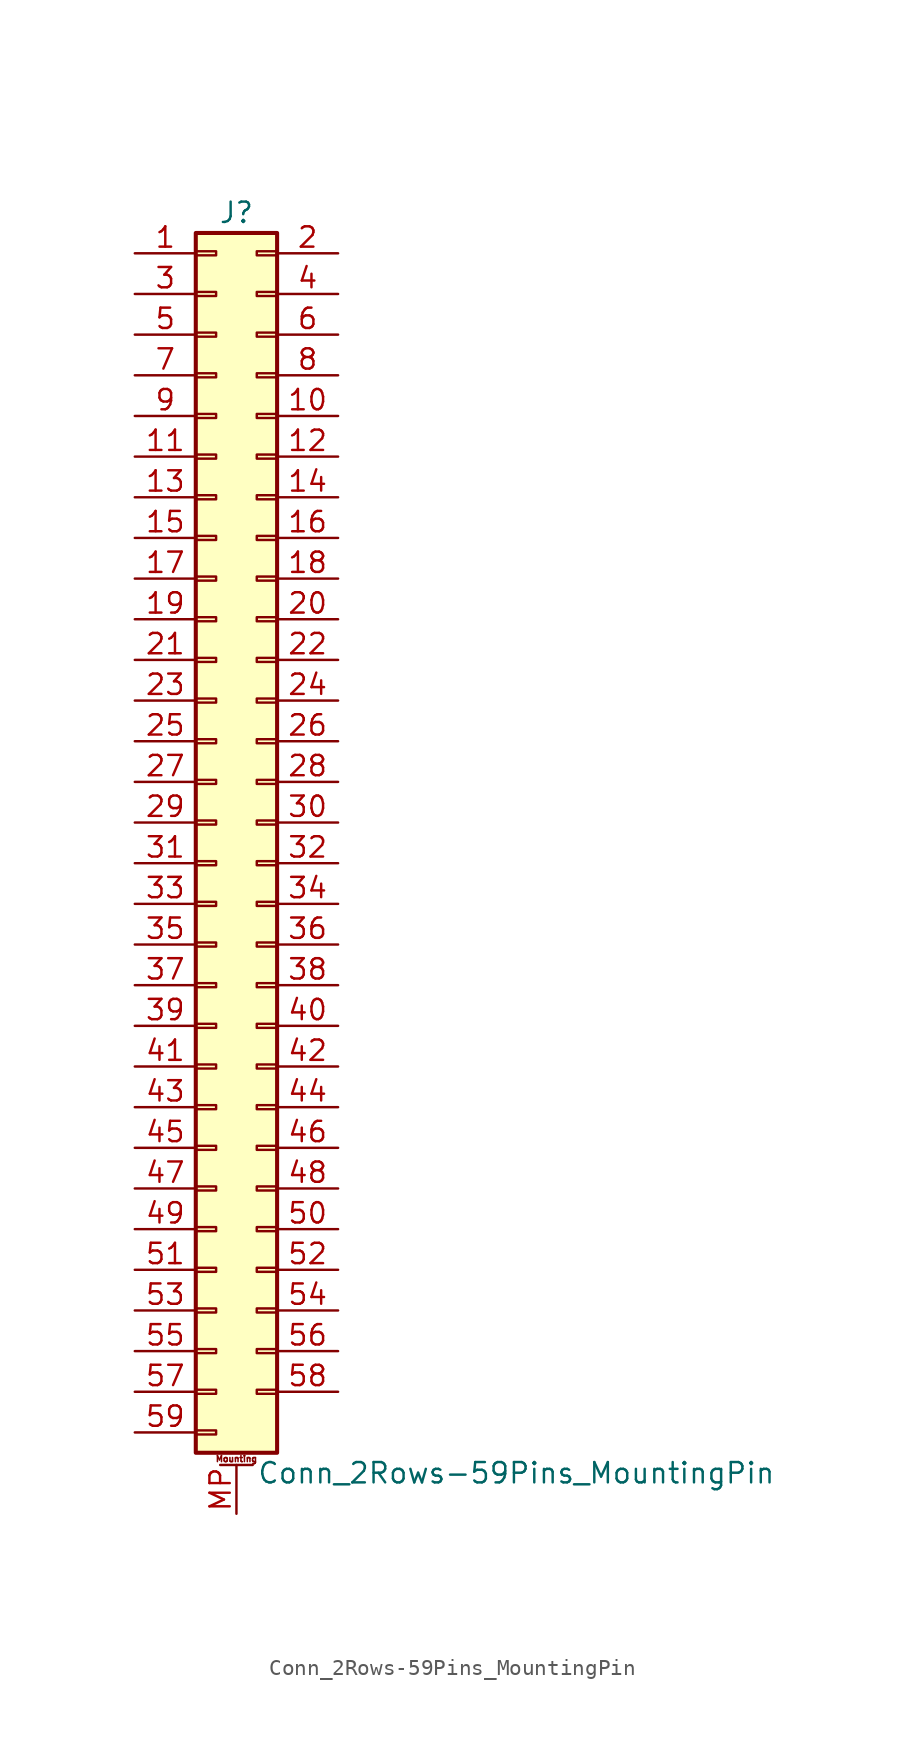
<source format=kicad_sym>
(kicad_symbol_lib
  (version 20201005)
  (generator kicad_symbol_editor)
  (symbol "Conn_2Rows-59Pins_MountingPin"
    (pin_names
      (offset 1.016) hide)
    (property "Reference" "J"
      (at 1.27 38.1 0)
      (effects (font (size 1.27 1.27))))
    (property "Value" "Conn_2Rows-59Pins_MountingPin"
      (at 2.54 -40.64 0)
      (effects (font (size 1.27 1.27)) (justify left)))
    (symbol "Conn_2Rows-59Pins_MountingPin_1_1"
      (text "Mounting" (at 1.27 -39.751 0) (effects (font (size 0.381 0.381))))
      (rectangle (start -1.27 -37.973) (end 0 -38.227) (stroke (width 0.152)) (fill (type none)))
      (rectangle (start -1.27 -35.433) (end 0 -35.687) (stroke (width 0.152)) (fill (type none)))
      (rectangle (start -1.27 -32.893) (end 0 -33.147) (stroke (width 0.152)) (fill (type none)))
      (rectangle (start -1.27 -30.353) (end 0 -30.607) (stroke (width 0.152)) (fill (type none)))
      (rectangle (start -1.27 -27.813) (end 0 -28.067) (stroke (width 0.152)) (fill (type none)))
      (rectangle (start -1.27 -25.273) (end 0 -25.527) (stroke (width 0.152)) (fill (type none)))
      (rectangle (start -1.27 -22.733) (end 0 -22.987) (stroke (width 0.152)) (fill (type none)))
      (rectangle (start -1.27 -20.193) (end 0 -20.447) (stroke (width 0.152)) (fill (type none)))
      (rectangle (start -1.27 -17.653) (end 0 -17.907) (stroke (width 0.152)) (fill (type none)))
      (rectangle (start -1.27 -15.113) (end 0 -15.367) (stroke (width 0.152)) (fill (type none)))
      (rectangle (start -1.27 -12.573) (end 0 -12.827) (stroke (width 0.152)) (fill (type none)))
      (rectangle (start -1.27 -10.033) (end 0 -10.287) (stroke (width 0.152)) (fill (type none)))
      (rectangle (start -1.27 -7.493) (end 0 -7.747) (stroke (width 0.152)) (fill (type none)))
      (rectangle (start -1.27 -4.953) (end 0 -5.207) (stroke (width 0.152)) (fill (type none)))
      (rectangle (start -1.27 -2.413) (end 0 -2.667) (stroke (width 0.152)) (fill (type none)))
      (rectangle (start -1.27 0.127) (end 0 -0.127) (stroke (width 0.152)) (fill (type none)))
      (rectangle (start -1.27 2.667) (end 0 2.413) (stroke (width 0.152)) (fill (type none)))
      (rectangle (start -1.27 5.207) (end 0 4.953) (stroke (width 0.152)) (fill (type none)))
      (rectangle (start -1.27 7.747) (end 0 7.493) (stroke (width 0.152)) (fill (type none)))
      (rectangle (start -1.27 10.287) (end 0 10.033) (stroke (width 0.152)) (fill (type none)))
      (rectangle (start -1.27 12.827) (end 0 12.573) (stroke (width 0.152)) (fill (type none)))
      (rectangle (start -1.27 15.367) (end 0 15.113) (stroke (width 0.152)) (fill (type none)))
      (rectangle (start -1.27 17.907) (end 0 17.653) (stroke (width 0.152)) (fill (type none)))
      (rectangle (start -1.27 20.447) (end 0 20.193) (stroke (width 0.152)) (fill (type none)))
      (rectangle (start -1.27 22.987) (end 0 22.733) (stroke (width 0.152)) (fill (type none)))
      (rectangle (start -1.27 25.527) (end 0 25.273) (stroke (width 0.152)) (fill (type none)))
      (rectangle (start -1.27 28.067) (end 0 27.813) (stroke (width 0.152)) (fill (type none)))
      (rectangle (start -1.27 30.607) (end 0 30.353) (stroke (width 0.152)) (fill (type none)))
      (rectangle (start -1.27 33.147) (end 0 32.893) (stroke (width 0.152)) (fill (type none)))
      (rectangle (start -1.27 35.687) (end 0 35.433) (stroke (width 0.152)) (fill (type none)))
      (rectangle (start -1.27 36.83) (end 3.81 -39.37) (stroke (width 0.254)) (fill (type background)))
      (rectangle (start 3.81 -35.433) (end 2.54 -35.687) (stroke (width 0.152)) (fill (type none)))
      (rectangle (start 3.81 -32.893) (end 2.54 -33.147) (stroke (width 0.152)) (fill (type none)))
      (rectangle (start 3.81 -30.353) (end 2.54 -30.607) (stroke (width 0.152)) (fill (type none)))
      (rectangle (start 3.81 -27.813) (end 2.54 -28.067) (stroke (width 0.152)) (fill (type none)))
      (rectangle (start 3.81 -25.273) (end 2.54 -25.527) (stroke (width 0.152)) (fill (type none)))
      (rectangle (start 3.81 -22.733) (end 2.54 -22.987) (stroke (width 0.152)) (fill (type none)))
      (rectangle (start 3.81 -20.193) (end 2.54 -20.447) (stroke (width 0.152)) (fill (type none)))
      (rectangle (start 3.81 -17.653) (end 2.54 -17.907) (stroke (width 0.152)) (fill (type none)))
      (rectangle (start 3.81 -15.113) (end 2.54 -15.367) (stroke (width 0.152)) (fill (type none)))
      (rectangle (start 3.81 -12.573) (end 2.54 -12.827) (stroke (width 0.152)) (fill (type none)))
      (rectangle (start 3.81 -10.033) (end 2.54 -10.287) (stroke (width 0.152)) (fill (type none)))
      (rectangle (start 3.81 -7.493) (end 2.54 -7.747) (stroke (width 0.152)) (fill (type none)))
      (rectangle (start 3.81 -4.953) (end 2.54 -5.207) (stroke (width 0.152)) (fill (type none)))
      (rectangle (start 3.81 -2.413) (end 2.54 -2.667) (stroke (width 0.152)) (fill (type none)))
      (rectangle (start 3.81 0.127) (end 2.54 -0.127) (stroke (width 0.152)) (fill (type none)))
      (rectangle (start 3.81 2.667) (end 2.54 2.413) (stroke (width 0.152)) (fill (type none)))
      (rectangle (start 3.81 5.207) (end 2.54 4.953) (stroke (width 0.152)) (fill (type none)))
      (rectangle (start 3.81 7.747) (end 2.54 7.493) (stroke (width 0.152)) (fill (type none)))
      (rectangle (start 3.81 10.287) (end 2.54 10.033) (stroke (width 0.152)) (fill (type none)))
      (rectangle (start 3.81 12.827) (end 2.54 12.573) (stroke (width 0.152)) (fill (type none)))
      (rectangle (start 3.81 15.367) (end 2.54 15.113) (stroke (width 0.152)) (fill (type none)))
      (rectangle (start 3.81 17.907) (end 2.54 17.653) (stroke (width 0.152)) (fill (type none)))
      (rectangle (start 3.81 20.447) (end 2.54 20.193) (stroke (width 0.152)) (fill (type none)))
      (rectangle (start 3.81 22.987) (end 2.54 22.733) (stroke (width 0.152)) (fill (type none)))
      (rectangle (start 3.81 25.527) (end 2.54 25.273) (stroke (width 0.152)) (fill (type none)))
      (rectangle (start 3.81 28.067) (end 2.54 27.813) (stroke (width 0.152)) (fill (type none)))
      (rectangle (start 3.81 30.607) (end 2.54 30.353) (stroke (width 0.152)) (fill (type none)))
      (rectangle (start 3.81 33.147) (end 2.54 32.893) (stroke (width 0.152)) (fill (type none)))
      (rectangle (start 3.81 35.687) (end 2.54 35.433) (stroke (width 0.152)) (fill (type none)))
      (polyline (pts (xy 0.254 -40.132) (xy 2.286 -40.132)) (stroke (width 0.152)) (fill (type none)))
      (pin passive line (at -5.08 35.56 0) (length 3.81) (name "Pin_1" (effects (font (size 1.27 1.27)))) (number "1" (effects (font (size 1.27 1.27)))))
      (pin passive line (at 7.62 25.4 180) (length 3.81) (name "Pin_10" (effects (font (size 1.27 1.27)))) (number "10" (effects (font (size 1.27 1.27)))))
      (pin passive line (at -5.08 22.86 0) (length 3.81) (name "Pin_11" (effects (font (size 1.27 1.27)))) (number "11" (effects (font (size 1.27 1.27)))))
      (pin passive line (at 7.62 22.86 180) (length 3.81) (name "Pin_12" (effects (font (size 1.27 1.27)))) (number "12" (effects (font (size 1.27 1.27)))))
      (pin passive line (at -5.08 20.32 0) (length 3.81) (name "Pin_13" (effects (font (size 1.27 1.27)))) (number "13" (effects (font (size 1.27 1.27)))))
      (pin passive line (at 7.62 20.32 180) (length 3.81) (name "Pin_14" (effects (font (size 1.27 1.27)))) (number "14" (effects (font (size 1.27 1.27)))))
      (pin passive line (at -5.08 17.78 0) (length 3.81) (name "Pin_15" (effects (font (size 1.27 1.27)))) (number "15" (effects (font (size 1.27 1.27)))))
      (pin passive line (at 7.62 17.78 180) (length 3.81) (name "Pin_16" (effects (font (size 1.27 1.27)))) (number "16" (effects (font (size 1.27 1.27)))))
      (pin passive line (at -5.08 15.24 0) (length 3.81) (name "Pin_17" (effects (font (size 1.27 1.27)))) (number "17" (effects (font (size 1.27 1.27)))))
      (pin passive line (at 7.62 15.24 180) (length 3.81) (name "Pin_18" (effects (font (size 1.27 1.27)))) (number "18" (effects (font (size 1.27 1.27)))))
      (pin passive line (at -5.08 12.7 0) (length 3.81) (name "Pin_19" (effects (font (size 1.27 1.27)))) (number "19" (effects (font (size 1.27 1.27)))))
      (pin passive line (at 7.62 35.56 180) (length 3.81) (name "Pin_2" (effects (font (size 1.27 1.27)))) (number "2" (effects (font (size 1.27 1.27)))))
      (pin passive line (at 7.62 12.7 180) (length 3.81) (name "Pin_20" (effects (font (size 1.27 1.27)))) (number "20" (effects (font (size 1.27 1.27)))))
      (pin passive line (at -5.08 10.16 0) (length 3.81) (name "Pin_21" (effects (font (size 1.27 1.27)))) (number "21" (effects (font (size 1.27 1.27)))))
      (pin passive line (at 7.62 10.16 180) (length 3.81) (name "Pin_22" (effects (font (size 1.27 1.27)))) (number "22" (effects (font (size 1.27 1.27)))))
      (pin passive line (at -5.08 7.62 0) (length 3.81) (name "Pin_23" (effects (font (size 1.27 1.27)))) (number "23" (effects (font (size 1.27 1.27)))))
      (pin passive line (at 7.62 7.62 180) (length 3.81) (name "Pin_24" (effects (font (size 1.27 1.27)))) (number "24" (effects (font (size 1.27 1.27)))))
      (pin passive line (at -5.08 5.08 0) (length 3.81) (name "Pin_25" (effects (font (size 1.27 1.27)))) (number "25" (effects (font (size 1.27 1.27)))))
      (pin passive line (at 7.62 5.08 180) (length 3.81) (name "Pin_26" (effects (font (size 1.27 1.27)))) (number "26" (effects (font (size 1.27 1.27)))))
      (pin passive line (at -5.08 2.54 0) (length 3.81) (name "Pin_27" (effects (font (size 1.27 1.27)))) (number "27" (effects (font (size 1.27 1.27)))))
      (pin passive line (at 7.62 2.54 180) (length 3.81) (name "Pin_28" (effects (font (size 1.27 1.27)))) (number "28" (effects (font (size 1.27 1.27)))))
      (pin passive line (at -5.08 0 0) (length 3.81) (name "Pin_29" (effects (font (size 1.27 1.27)))) (number "29" (effects (font (size 1.27 1.27)))))
      (pin passive line (at -5.08 33.02 0) (length 3.81) (name "Pin_3" (effects (font (size 1.27 1.27)))) (number "3" (effects (font (size 1.27 1.27)))))
      (pin passive line (at 7.62 0 180) (length 3.81) (name "Pin_30" (effects (font (size 1.27 1.27)))) (number "30" (effects (font (size 1.27 1.27)))))
      (pin passive line (at -5.08 -2.54 0) (length 3.81) (name "Pin_31" (effects (font (size 1.27 1.27)))) (number "31" (effects (font (size 1.27 1.27)))))
      (pin passive line (at 7.62 -2.54 180) (length 3.81) (name "Pin_32" (effects (font (size 1.27 1.27)))) (number "32" (effects (font (size 1.27 1.27)))))
      (pin passive line (at -5.08 -5.08 0) (length 3.81) (name "Pin_33" (effects (font (size 1.27 1.27)))) (number "33" (effects (font (size 1.27 1.27)))))
      (pin passive line (at 7.62 -5.08 180) (length 3.81) (name "Pin_34" (effects (font (size 1.27 1.27)))) (number "34" (effects (font (size 1.27 1.27)))))
      (pin passive line (at -5.08 -7.62 0) (length 3.81) (name "Pin_35" (effects (font (size 1.27 1.27)))) (number "35" (effects (font (size 1.27 1.27)))))
      (pin passive line (at 7.62 -7.62 180) (length 3.81) (name "Pin_36" (effects (font (size 1.27 1.27)))) (number "36" (effects (font (size 1.27 1.27)))))
      (pin passive line (at -5.08 -10.16 0) (length 3.81) (name "Pin_37" (effects (font (size 1.27 1.27)))) (number "37" (effects (font (size 1.27 1.27)))))
      (pin passive line (at 7.62 -10.16 180) (length 3.81) (name "Pin_38" (effects (font (size 1.27 1.27)))) (number "38" (effects (font (size 1.27 1.27)))))
      (pin passive line (at -5.08 -12.7 0) (length 3.81) (name "Pin_39" (effects (font (size 1.27 1.27)))) (number "39" (effects (font (size 1.27 1.27)))))
      (pin passive line (at 7.62 33.02 180) (length 3.81) (name "Pin_4" (effects (font (size 1.27 1.27)))) (number "4" (effects (font (size 1.27 1.27)))))
      (pin passive line (at 7.62 -12.7 180) (length 3.81) (name "Pin_40" (effects (font (size 1.27 1.27)))) (number "40" (effects (font (size 1.27 1.27)))))
      (pin passive line (at -5.08 -15.24 0) (length 3.81) (name "Pin_41" (effects (font (size 1.27 1.27)))) (number "41" (effects (font (size 1.27 1.27)))))
      (pin passive line (at 7.62 -15.24 180) (length 3.81) (name "Pin_42" (effects (font (size 1.27 1.27)))) (number "42" (effects (font (size 1.27 1.27)))))
      (pin passive line (at -5.08 -17.78 0) (length 3.81) (name "Pin_43" (effects (font (size 1.27 1.27)))) (number "43" (effects (font (size 1.27 1.27)))))
      (pin passive line (at 7.62 -17.78 180) (length 3.81) (name "Pin_44" (effects (font (size 1.27 1.27)))) (number "44" (effects (font (size 1.27 1.27)))))
      (pin passive line (at -5.08 -20.32 0) (length 3.81) (name "Pin_45" (effects (font (size 1.27 1.27)))) (number "45" (effects (font (size 1.27 1.27)))))
      (pin passive line (at 7.62 -20.32 180) (length 3.81) (name "Pin_46" (effects (font (size 1.27 1.27)))) (number "46" (effects (font (size 1.27 1.27)))))
      (pin passive line (at -5.08 -22.86 0) (length 3.81) (name "Pin_47" (effects (font (size 1.27 1.27)))) (number "47" (effects (font (size 1.27 1.27)))))
      (pin passive line (at 7.62 -22.86 180) (length 3.81) (name "Pin_48" (effects (font (size 1.27 1.27)))) (number "48" (effects (font (size 1.27 1.27)))))
      (pin passive line (at -5.08 -25.4 0) (length 3.81) (name "Pin_49" (effects (font (size 1.27 1.27)))) (number "49" (effects (font (size 1.27 1.27)))))
      (pin passive line (at -5.08 30.48 0) (length 3.81) (name "Pin_5" (effects (font (size 1.27 1.27)))) (number "5" (effects (font (size 1.27 1.27)))))
      (pin passive line (at 7.62 -25.4 180) (length 3.81) (name "Pin_50" (effects (font (size 1.27 1.27)))) (number "50" (effects (font (size 1.27 1.27)))))
      (pin passive line (at -5.08 -27.94 0) (length 3.81) (name "Pin_51" (effects (font (size 1.27 1.27)))) (number "51" (effects (font (size 1.27 1.27)))))
      (pin passive line (at 7.62 -27.94 180) (length 3.81) (name "Pin_52" (effects (font (size 1.27 1.27)))) (number "52" (effects (font (size 1.27 1.27)))))
      (pin passive line (at -5.08 -30.48 0) (length 3.81) (name "Pin_53" (effects (font (size 1.27 1.27)))) (number "53" (effects (font (size 1.27 1.27)))))
      (pin passive line (at 7.62 -30.48 180) (length 3.81) (name "Pin_54" (effects (font (size 1.27 1.27)))) (number "54" (effects (font (size 1.27 1.27)))))
      (pin passive line (at -5.08 -33.02 0) (length 3.81) (name "Pin_55" (effects (font (size 1.27 1.27)))) (number "55" (effects (font (size 1.27 1.27)))))
      (pin passive line (at 7.62 -33.02 180) (length 3.81) (name "Pin_56" (effects (font (size 1.27 1.27)))) (number "56" (effects (font (size 1.27 1.27)))))
      (pin passive line (at -5.08 -35.56 0) (length 3.81) (name "Pin_57" (effects (font (size 1.27 1.27)))) (number "57" (effects (font (size 1.27 1.27)))))
      (pin passive line (at 7.62 -35.56 180) (length 3.81) (name "Pin_58" (effects (font (size 1.27 1.27)))) (number "58" (effects (font (size 1.27 1.27)))))
      (pin passive line (at -5.08 -38.1 0) (length 3.81) (name "Pin_59" (effects (font (size 1.27 1.27)))) (number "59" (effects (font (size 1.27 1.27)))))
      (pin passive line (at 7.62 30.48 180) (length 3.81) (name "Pin_6" (effects (font (size 1.27 1.27)))) (number "6" (effects (font (size 1.27 1.27)))))
      (pin passive line (at -5.08 27.94 0) (length 3.81) (name "Pin_7" (effects (font (size 1.27 1.27)))) (number "7" (effects (font (size 1.27 1.27)))))
      (pin passive line (at 7.62 27.94 180) (length 3.81) (name "Pin_8" (effects (font (size 1.27 1.27)))) (number "8" (effects (font (size 1.27 1.27)))))
      (pin passive line (at -5.08 25.4 0) (length 3.81) (name "Pin_9" (effects (font (size 1.27 1.27)))) (number "9" (effects (font (size 1.27 1.27)))))
      (pin passive line (at 1.27 -43.18 90) (length 3.048) (name "MountPin" (effects (font (size 1.27 1.27)))) (number "MP" (effects (font (size 1.27 1.27))))))))
</source>
